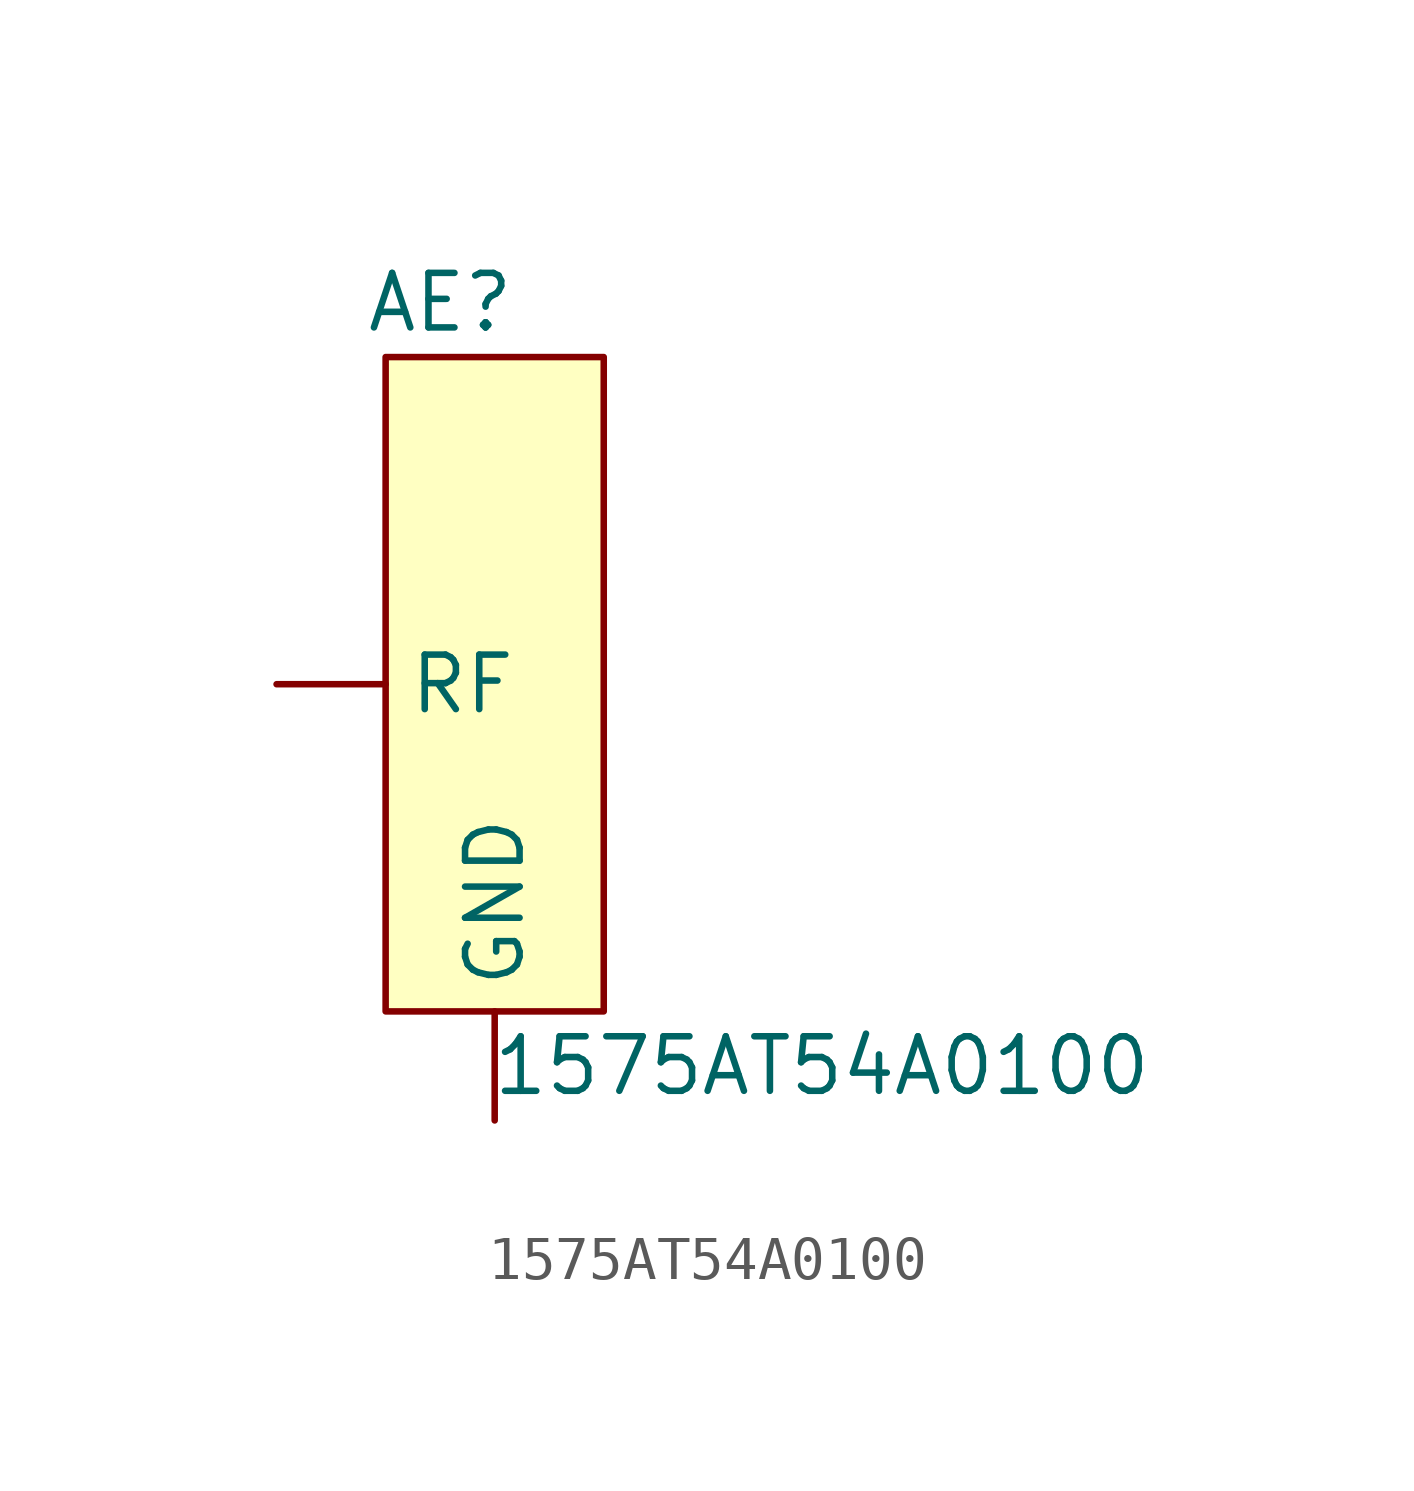
<source format=kicad_sym>
(kicad_symbol_lib
  (version 20211014)
  (generator kicad_symbol_editor)
  (symbol "1575AT54A0100"
    (property "Reference" "AE"
      (at -1.27 8.89 0)
      (effects (font (size 1.27 1.27))))
    (property "Value" "1575AT54A0100"
      (at 7.62 -8.89 0)
      (effects (font (size 1.27 1.27))))
    (symbol "1575AT54A0100_0_1"
      (rectangle (start -2.54 7.62) (end 2.54 -7.62) (stroke (width 0) (type default) (color 0 0 0 0)) (fill (type background))))
    (symbol "1575AT54A0100_1_1"
      (pin power_in line (at 0 -10.16 90) (length 2.54) (name "GND" (effects (font (size 1.27 1.27)))) (number "" (effects (font (size 1.27 1.27)))))
      (pin output line (at -5.08 0 0) (length 2.54) (name "RF" (effects (font (size 1.27 1.27)))) (number "" (effects (font (size 1.27 1.27))))))))
</source>
